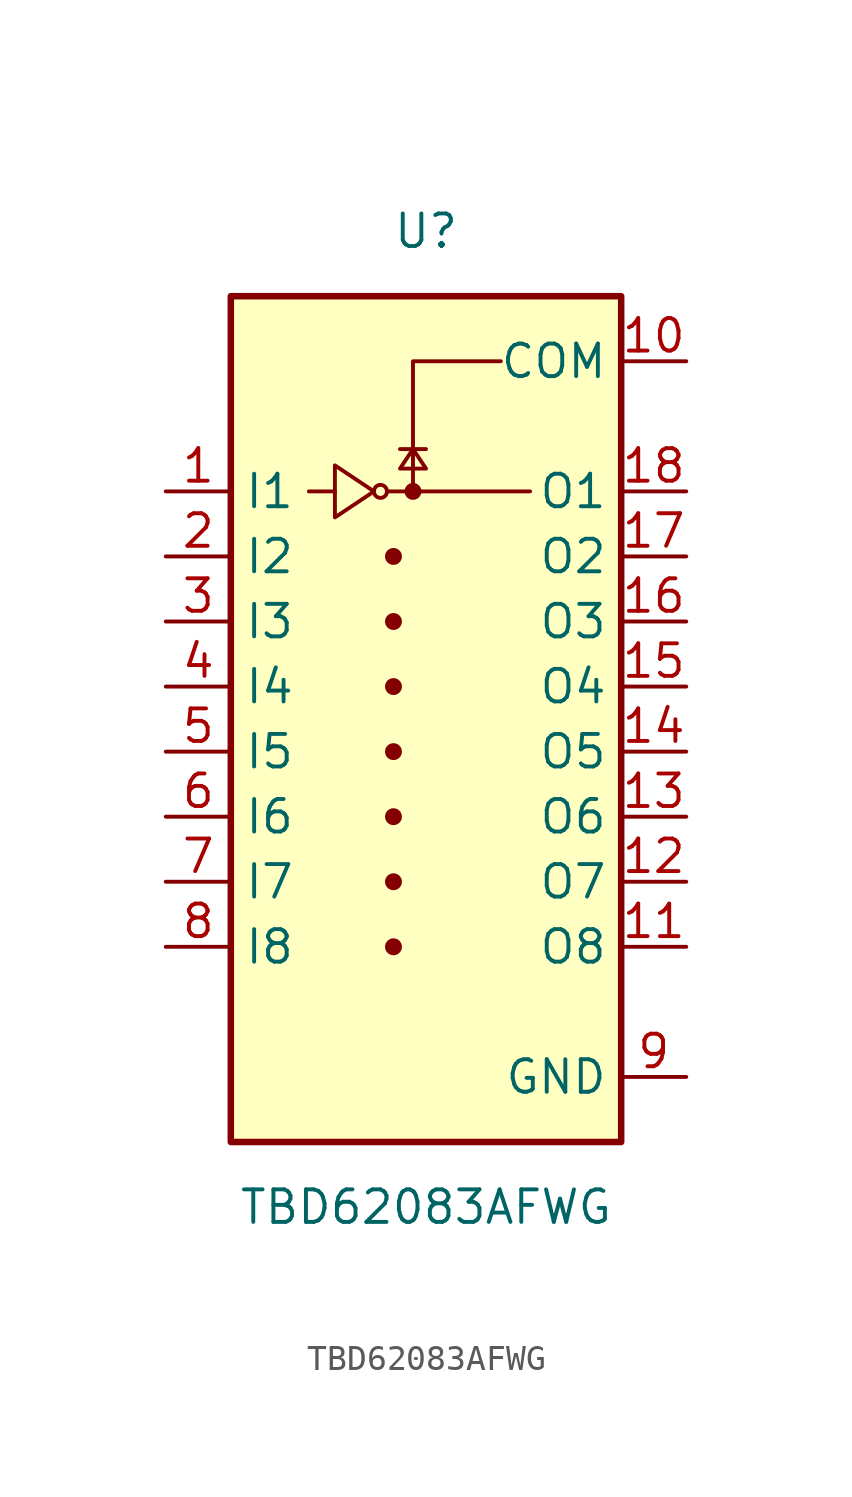
<source format=kicad_sym>
(kicad_symbol_lib
  (version 20220914)
  (generator kicad_symbol_editor)
  (symbol "TBD62083AFWG"
    (property "Reference" "U"
      (at 0 19.05 0)
      (effects (font (size 1.27 1.27))))
    (property "Value" "TBD62083AFWG"
      (at 0 -19.05 0)
      (effects (font (size 1.27 1.27))))
    (symbol "TBD62083AFWG_0_1"
      (rectangle (start -7.62 16.51) (end 7.62 -16.51) (stroke (width 0.254) (type default)) (fill (type background)))
      (circle (center -1.778 8.89) (radius 0.254) (stroke (width 0) (type default)) (fill (type none)))
      (circle (center -1.27 -8.89) (radius 0.254) (stroke (width 0) (type default)) (fill (type outline)))
      (circle (center -1.27 -6.35) (radius 0.254) (stroke (width 0) (type default)) (fill (type outline)))
      (circle (center -1.27 -3.81) (radius 0.254) (stroke (width 0) (type default)) (fill (type outline)))
      (circle (center -1.27 -1.27) (radius 0.254) (stroke (width 0) (type default)) (fill (type outline)))
      (circle (center -1.27 1.27) (radius 0.254) (stroke (width 0) (type default)) (fill (type outline)))
      (circle (center -1.27 3.81) (radius 0.254) (stroke (width 0) (type default)) (fill (type outline)))
      (circle (center -1.27 6.35) (radius 0.254) (stroke (width 0) (type default)) (fill (type outline)))
      (circle (center -0.508 8.89) (radius 0.254) (stroke (width 0) (type default)) (fill (type outline)))
      (polyline (pts (xy -4.572 8.89) (xy -3.556 8.89)) (stroke (width 0) (type default)) (fill (type none)))
      (polyline (pts (xy -1.524 8.89) (xy 4.064 8.89)) (stroke (width 0) (type default)) (fill (type none)))
      (polyline (pts (xy 0 10.541) (xy -1.016 10.541)) (stroke (width 0) (type default)) (fill (type none)))
      (polyline (pts (xy -0.508 8.89) (xy -0.508 13.97) (xy 2.921 13.97)) (stroke (width 0) (type default)) (fill (type none)))
      (polyline (pts (xy -3.556 9.906) (xy -3.556 7.874) (xy -2.032 8.89) (xy -3.556 9.906)) (stroke (width 0) (type default)) (fill (type none)))
      (polyline (pts (xy 0 9.779) (xy -1.016 9.779) (xy -0.508 10.541) (xy 0 9.779)) (stroke (width 0) (type default)) (fill (type none))))
    (symbol "TBD62083AFWG_1_1"
      (pin input line (at -10.16 8.89 0) (length 2.54) (name "I1" (effects (font (size 1.27 1.27)))) (number "1" (effects (font (size 1.27 1.27)))))
      (pin passive line (at 10.16 13.97 180) (length 2.54) (name "COM" (effects (font (size 1.27 1.27)))) (number "10" (effects (font (size 1.27 1.27)))))
      (pin open_collector line (at 10.16 -8.89 180) (length 2.54) (name "O8" (effects (font (size 1.27 1.27)))) (number "11" (effects (font (size 1.27 1.27)))))
      (pin open_collector line (at 10.16 -6.35 180) (length 2.54) (name "O7" (effects (font (size 1.27 1.27)))) (number "12" (effects (font (size 1.27 1.27)))))
      (pin open_collector line (at 10.16 -3.81 180) (length 2.54) (name "O6" (effects (font (size 1.27 1.27)))) (number "13" (effects (font (size 1.27 1.27)))))
      (pin open_collector line (at 10.16 -1.27 180) (length 2.54) (name "O5" (effects (font (size 1.27 1.27)))) (number "14" (effects (font (size 1.27 1.27)))))
      (pin open_collector line (at 10.16 1.27 180) (length 2.54) (name "O4" (effects (font (size 1.27 1.27)))) (number "15" (effects (font (size 1.27 1.27)))))
      (pin open_collector line (at 10.16 3.81 180) (length 2.54) (name "O3" (effects (font (size 1.27 1.27)))) (number "16" (effects (font (size 1.27 1.27)))))
      (pin open_collector line (at 10.16 6.35 180) (length 2.54) (name "O2" (effects (font (size 1.27 1.27)))) (number "17" (effects (font (size 1.27 1.27)))))
      (pin open_collector line (at 10.16 8.89 180) (length 2.54) (name "O1" (effects (font (size 1.27 1.27)))) (number "18" (effects (font (size 1.27 1.27)))))
      (pin input line (at -10.16 6.35 0) (length 2.54) (name "I2" (effects (font (size 1.27 1.27)))) (number "2" (effects (font (size 1.27 1.27)))))
      (pin input line (at -10.16 3.81 0) (length 2.54) (name "I3" (effects (font (size 1.27 1.27)))) (number "3" (effects (font (size 1.27 1.27)))))
      (pin input line (at -10.16 1.27 0) (length 2.54) (name "I4" (effects (font (size 1.27 1.27)))) (number "4" (effects (font (size 1.27 1.27)))))
      (pin input line (at -10.16 -1.27 0) (length 2.54) (name "I5" (effects (font (size 1.27 1.27)))) (number "5" (effects (font (size 1.27 1.27)))))
      (pin input line (at -10.16 -3.81 0) (length 2.54) (name "I6" (effects (font (size 1.27 1.27)))) (number "6" (effects (font (size 1.27 1.27)))))
      (pin input line (at -10.16 -6.35 0) (length 2.54) (name "I7" (effects (font (size 1.27 1.27)))) (number "7" (effects (font (size 1.27 1.27)))))
      (pin input line (at -10.16 -8.89 0) (length 2.54) (name "I8" (effects (font (size 1.27 1.27)))) (number "8" (effects (font (size 1.27 1.27)))))
      (pin power_in line (at 10.16 -13.97 180) (length 2.54) (name "GND" (effects (font (size 1.27 1.27)))) (number "9" (effects (font (size 1.27 1.27))))))))
</source>
